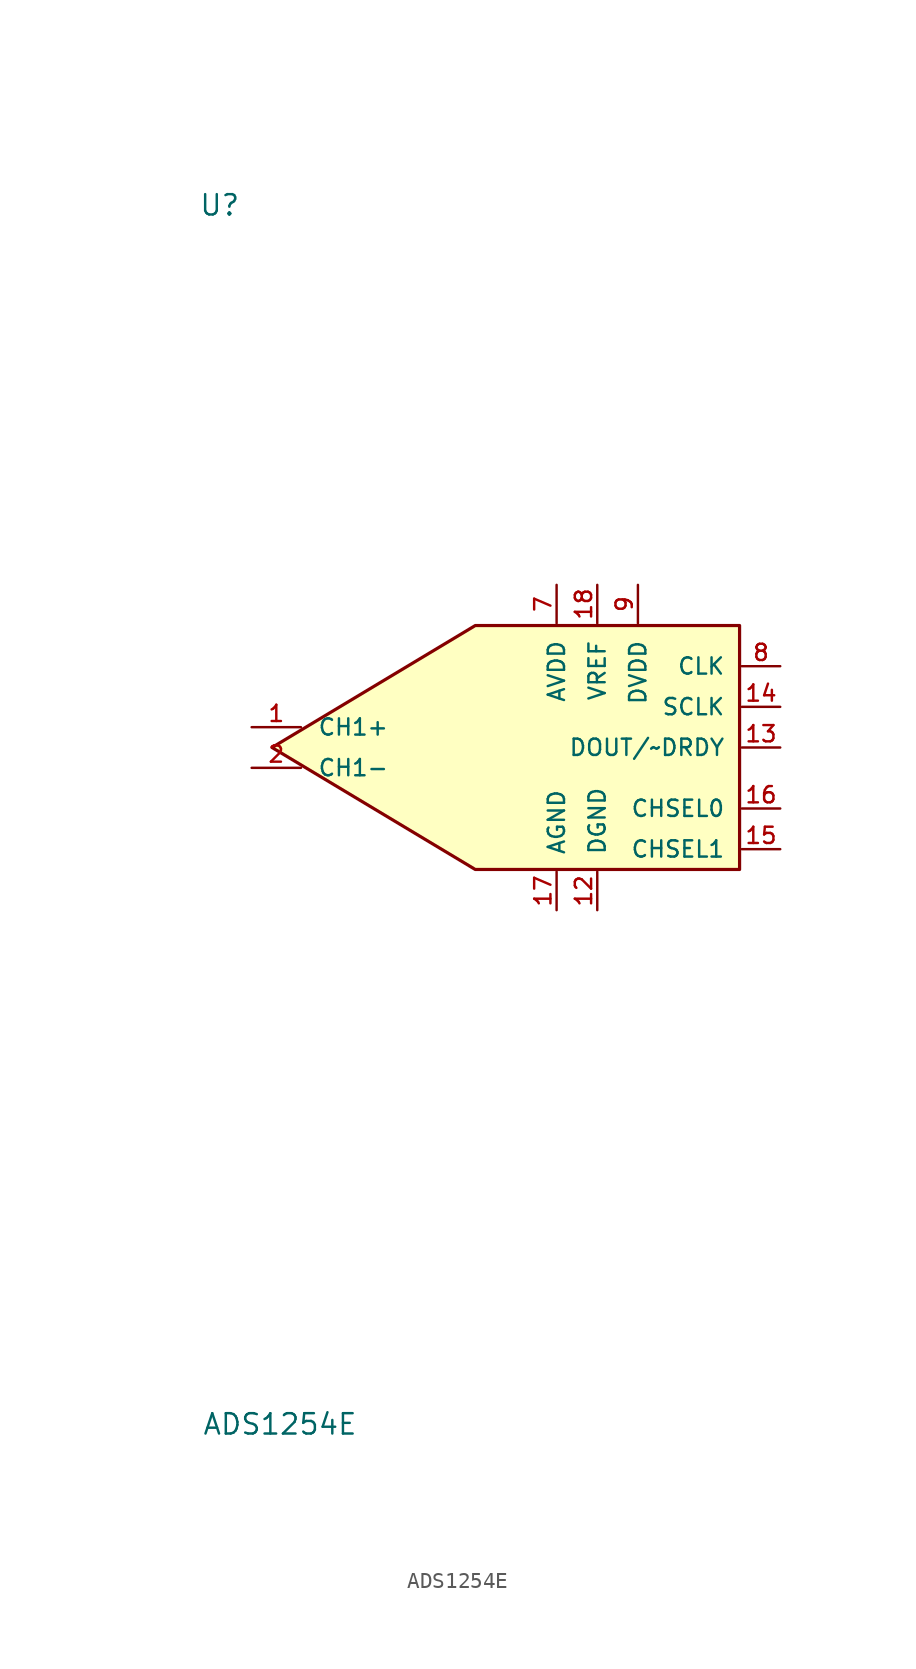
<source format=kicad_sym>
(kicad_symbol_lib
  (version 20231120)
  (generator "kicad_symbol_editor")
  (generator_version "8.0")
  (symbol "ADS1254E"
    (pin_names
      (offset 1.016))
    (property "Reference" "U"
      (at -4.577 33.136 0)
      (effects (font (size 1.27 1.27)) (justify left bottom)))
    (property "Value" "ADS1254E"
      (at -4.375 -43.017 0)
      (effects (font (size 1.27 1.27)) (justify left bottom)))
    (symbol "ADS1254E_0_0"
      (pin input line (at -1.27 1.27 0) (length 3.08) (name "CH1+" (effects (font (size 1.016 1.016)))) (number "1" (effects (font (size 1.016 1.016)))))
      (pin no_connect line (at -8.89 -7.62 0) (length 3.08) hide (name "NC_2" (effects (font (size 1.016 1.016)))) (number "10" (effects (font (size 1.016 1.016)))))
      (pin no_connect line (at -8.89 -10.16 0) (length 3.08) hide (name "NC" (effects (font (size 1.016 1.016)))) (number "11" (effects (font (size 1.016 1.016)))))
      (pin passive line (at 20.32 -10.16 90) (length 2.4) (name "DGND" (effects (font (size 1.016 1.016)))) (number "12" (effects (font (size 1.016 1.016)))))
      (pin output line (at 31.75 0 180) (length 2.4) (name "DOUT/~DRDY" (effects (font (size 1.016 1.016)))) (number "13" (effects (font (size 1.016 1.016)))))
      (pin input line (at 31.75 2.54 180) (length 2.4) (name "SCLK" (effects (font (size 1.016 1.016)))) (number "14" (effects (font (size 1.016 1.016)))))
      (pin input line (at 31.75 -6.35 180) (length 2.4) (name "CHSEL1" (effects (font (size 1.016 1.016)))) (number "15" (effects (font (size 1.016 1.016)))))
      (pin input line (at 31.75 -3.81 180) (length 2.4) (name "CHSEL0" (effects (font (size 1.016 1.016)))) (number "16" (effects (font (size 1.016 1.016)))))
      (pin passive line (at 17.78 -10.16 90) (length 2.4) (name "AGND" (effects (font (size 1.016 1.016)))) (number "17" (effects (font (size 1.016 1.016)))))
      (pin input line (at 20.32 10.16 270) (length 2.4) (name "VREF" (effects (font (size 1.016 1.016)))) (number "18" (effects (font (size 1.016 1.016)))))
      (pin no_connect line (at 8.89 -6.35 0) (length 3.08) hide (name "CH4-" (effects (font (size 1.016 1.016)))) (number "19" (effects (font (size 1.016 1.016)))))
      (pin input line (at -1.27 -1.27 0) (length 3.08) (name "CH1-" (effects (font (size 1.016 1.016)))) (number "2" (effects (font (size 1.016 1.016)))))
      (pin no_connect line (at 8.89 6.35 0) (length 3.08) hide (name "CH4+" (effects (font (size 1.016 1.016)))) (number "20" (effects (font (size 1.016 1.016)))))
      (pin no_connect line (at 3.81 3.81 0) (length 3.08) hide (name "CH2+" (effects (font (size 1.016 1.016)))) (number "3" (effects (font (size 1.016 1.016)))))
      (pin no_connect line (at 3.81 -3.81 0) (length 3.08) hide (name "CH2-" (effects (font (size 1.016 1.016)))) (number "4" (effects (font (size 1.016 1.016)))))
      (pin no_connect line (at 6.35 5.08 0) (length 3.08) hide (name "CH3+" (effects (font (size 1.016 1.016)))) (number "5" (effects (font (size 1.016 1.016)))))
      (pin no_connect line (at 6.35 -5.08 0) (length 3.08) hide (name "CH3-" (effects (font (size 1.016 1.016)))) (number "6" (effects (font (size 1.016 1.016)))))
      (pin power_in line (at 17.78 10.16 270) (length 2.4) (name "AVDD" (effects (font (size 1.016 1.016)))) (number "7" (effects (font (size 1.016 1.016)))))
      (pin input line (at 31.75 5.08 180) (length 2.4) (name "CLK" (effects (font (size 1.016 1.016)))) (number "8" (effects (font (size 1.016 1.016)))))
      (pin power_in line (at 22.86 10.16 270) (length 2.4) (name "DVDD" (effects (font (size 1.016 1.016)))) (number "9" (effects (font (size 1.016 1.016))))))
    (symbol "ADS1254E_0_1"
      (polyline (pts (xy 0 0) (xy 12.7 7.62) (xy 29.21 7.62) (xy 29.21 -7.62) (xy 12.7 -7.62) (xy 0 0)) (stroke (width 0.2) (type default)) (fill (type background))))))
</source>
